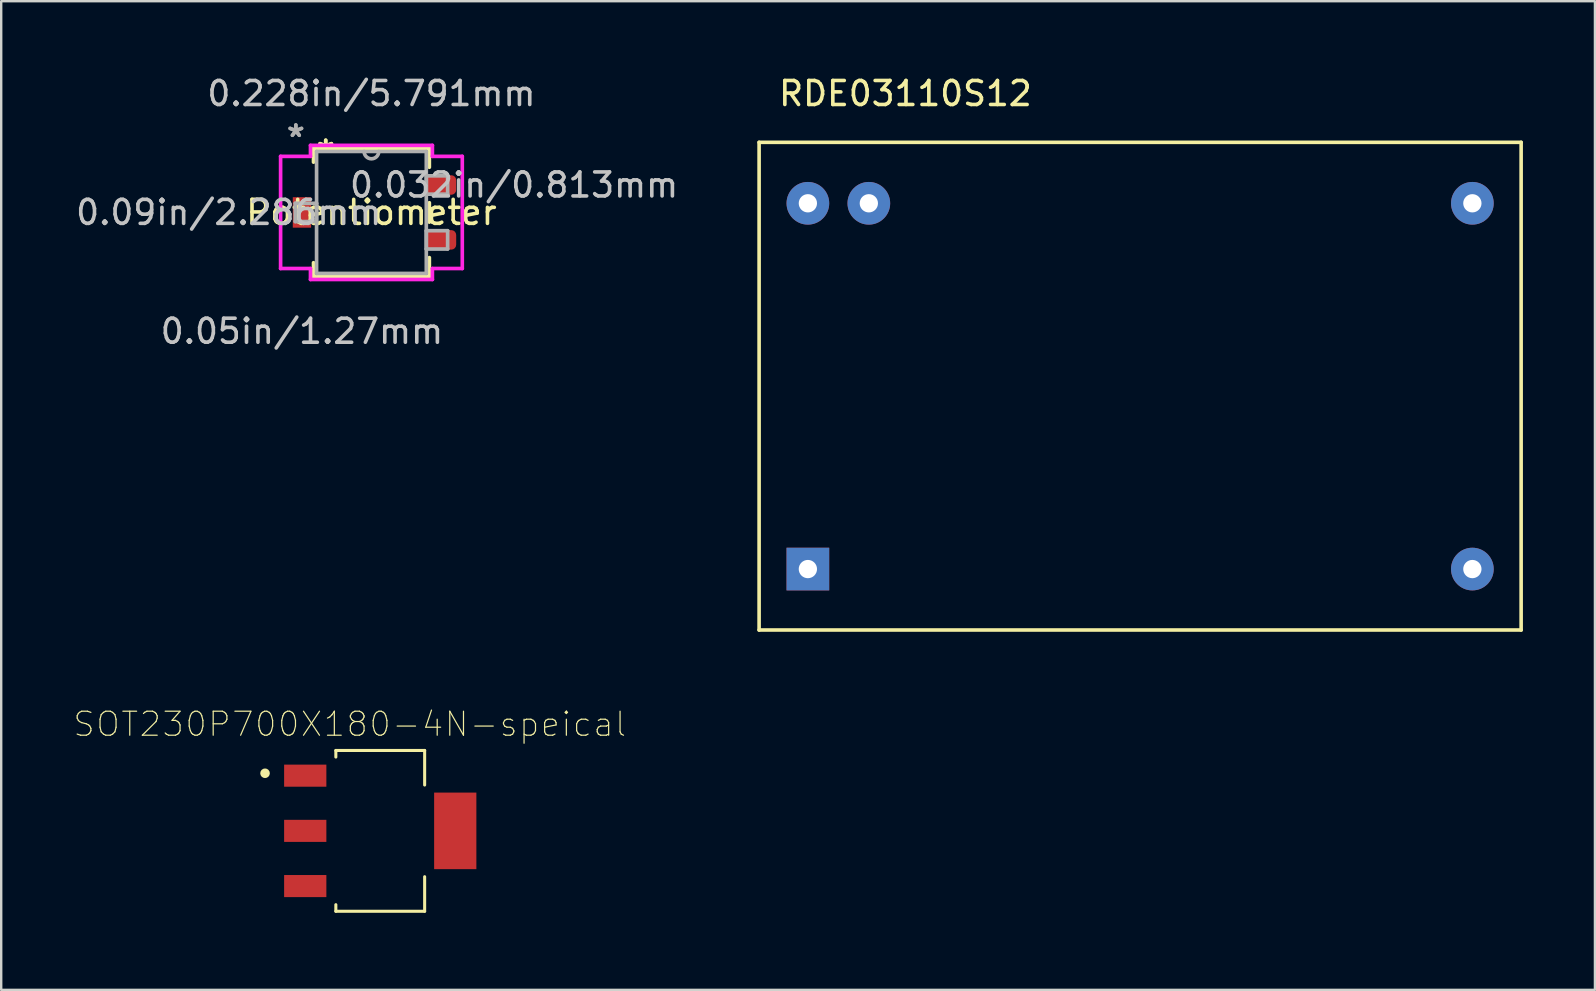
<source format=kicad_pcb>
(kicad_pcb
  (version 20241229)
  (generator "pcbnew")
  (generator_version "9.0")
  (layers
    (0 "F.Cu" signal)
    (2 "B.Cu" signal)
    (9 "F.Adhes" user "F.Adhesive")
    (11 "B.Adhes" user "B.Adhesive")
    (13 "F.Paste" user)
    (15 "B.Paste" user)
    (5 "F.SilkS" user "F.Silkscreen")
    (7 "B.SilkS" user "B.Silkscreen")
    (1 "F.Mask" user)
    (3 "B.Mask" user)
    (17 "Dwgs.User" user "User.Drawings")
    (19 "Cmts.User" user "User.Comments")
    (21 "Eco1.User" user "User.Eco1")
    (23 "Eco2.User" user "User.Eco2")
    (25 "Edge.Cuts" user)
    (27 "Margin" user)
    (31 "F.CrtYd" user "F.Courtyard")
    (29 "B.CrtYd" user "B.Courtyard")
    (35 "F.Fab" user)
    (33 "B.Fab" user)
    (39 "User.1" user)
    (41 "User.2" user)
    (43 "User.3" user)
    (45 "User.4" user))
  (footprint "RDE03110S12"
    (layer "F.Cu")
    (at 28.578 23.2)
    (property "Reference" "RDE03110S12" (at 6.096 -22.352 180) (layer "F.SilkS") (effects (font (size 1 1) (thickness 0.15))))
    (attr through_hole)
    (fp_line (start 0 -20.32) (end 0 0) (stroke (width 0.15) (type solid)) (layer "F.SilkS"))
    (fp_line (start 0 0) (end 31.75 0) (stroke (width 0.15) (type solid)) (layer "F.SilkS"))
    (fp_line (start 31.75 -20.32) (end 0 -20.32) (stroke (width 0.15) (type solid)) (layer "F.SilkS"))
    (fp_line (start 31.75 0) (end 31.75 -20.32) (stroke (width 0.15) (type solid)) (layer "F.SilkS"))
    (pad "1" thru_hole rect (at 2.032 -2.54 180) (size 1.778 1.778) (drill 0.762) (layers "*.Cu" "*.Mask"))
    (pad "12" thru_hole circle (at 29.718 -2.54 180) (size 1.778 1.778) (drill 0.762) (layers "*.Cu" "*.Mask"))
    (pad "13" thru_hole circle (at 29.718 -17.78 180) (size 1.778 1.778) (drill 0.762) (layers "*.Cu" "*.Mask"))
    (pad "23" thru_hole circle (at 4.572 -17.78 180) (size 1.778 1.778) (drill 0.762) (layers "*.Cu" "*.Mask"))
    (pad "24" thru_hole circle (at 2.032 -17.78 180) (size 1.778 1.778) (drill 0.762) (layers "*.Cu" "*.Mask")))
  (footprint "SOT230P700X180-4N-speical"
    (layer "F.Cu")
    (at 12.793 31.568)
    (property "Reference" "SOT230P700X180-4N-speical" (at -1.27 -4.445 0) (layer "F.SilkS") (effects (font (size 1 1) (thickness 0.05))))
    (attr smd)
    (fp_line (start -1.85 -3.35) (end 1.85 -3.35) (stroke (width 0.127) (type solid)) (layer "F.SilkS"))
    (fp_line (start -1.85 -3.075) (end -1.85 -3.35) (stroke (width 0.127) (type solid)) (layer "F.SilkS"))
    (fp_line (start -1.85 3.35) (end -1.85 3.075) (stroke (width 0.127) (type solid)) (layer "F.SilkS"))
    (fp_line (start 1.85 -3.35) (end 1.85 -1.91) (stroke (width 0.127) (type solid)) (layer "F.SilkS"))
    (fp_line (start 1.85 1.91) (end 1.85 3.35) (stroke (width 0.127) (type solid)) (layer "F.SilkS"))
    (fp_line (start 1.85 3.35) (end -1.85 3.35) (stroke (width 0.127) (type solid)) (layer "F.SilkS"))
    (fp_circle (center -4.8 -2.4) (end -4.7 -2.4) (stroke (width 0.2) (type solid)) (fill no) (layer "F.SilkS"))
    (fp_line (start -4.26 -3.6) (end 4.26 -3.6) (stroke (width 0.05) (type solid)) (layer "Eco1.User"))
    (fp_line (start -4.26 3.6) (end -4.26 -3.6) (stroke (width 0.05) (type solid)) (layer "Eco1.User"))
    (fp_line (start 4.26 -3.6) (end 4.26 3.6) (stroke (width 0.05) (type solid)) (layer "Eco1.User"))
    (fp_line (start 4.26 3.6) (end -4.26 3.6) (stroke (width 0.05) (type solid)) (layer "Eco1.User"))
    (fp_line (start -1.85 -3.35) (end -1.85 3.35) (stroke (width 0.127) (type solid)) (layer "Eco2.User"))
    (fp_line (start -1.85 3.35) (end 1.85 3.35) (stroke (width 0.127) (type solid)) (layer "Eco2.User"))
    (fp_line (start 1.85 -3.35) (end -1.85 -3.35) (stroke (width 0.127) (type solid)) (layer "Eco2.User"))
    (fp_line (start 1.85 3.35) (end 1.85 -3.35) (stroke (width 0.127) (type solid)) (layer "Eco2.User"))
    (fp_circle (center -4.8 -2.4) (end -4.7 -2.4) (stroke (width 0.2) (type solid)) (fill no) (layer "Eco2.User"))
    (pad "1" smd rect (at -3.125 0) (size 1.76 0.92) (layers "F.Cu" "F.Mask" "F.Paste"))
    (pad "2" smd rect (at -3.125 -2.3) (size 1.76 0.92) (layers "F.Cu" "F.Mask" "F.Paste"))
    (pad "3" smd rect (at -3.125 2.3) (size 1.76 0.92) (layers "F.Cu" "F.Mask" "F.Paste"))
    (pad "4" smd rect (at 3.125 0) (size 1.76 3.19) (layers "F.Cu" "F.Mask" "F.Paste")))
  (footprint "Potentiometer"
    (layer "F.Cu")
    (at 12.426 5.801)
    (property "Reference" "Potentiometer" (at 0 0 0) (layer "F.SilkS") (effects (font (size 1 1) (thickness 0.15))))
    (attr through_hole)
    (fp_line (start -2.413 -2.667) (end -2.413 -2.095) (stroke (width 0.152) (type solid)) (layer "F.SilkS"))
    (fp_line (start -2.413 2.095) (end -2.413 2.667) (stroke (width 0.152) (type solid)) (layer "F.SilkS"))
    (fp_line (start -2.413 2.667) (end 2.413 2.667) (stroke (width 0.152) (type solid)) (layer "F.SilkS"))
    (fp_line (start 2.413 -2.667) (end -2.413 -2.667) (stroke (width 0.152) (type solid)) (layer "F.SilkS"))
    (fp_line (start 2.413 -1.882) (end 2.413 -2.667) (stroke (width 0.152) (type solid)) (layer "F.SilkS"))
    (fp_line (start 2.413 0.404) (end 2.413 -0.404) (stroke (width 0.152) (type solid)) (layer "F.SilkS"))
    (fp_line (start 2.413 2.667) (end 2.413 1.882) (stroke (width 0.152) (type solid)) (layer "F.SilkS"))
    (fp_line (start -3.785 -2.337) (end -2.54 -2.337) (stroke (width 0.152) (type solid)) (layer "F.CrtYd"))
    (fp_line (start -3.785 2.337) (end -3.785 -2.337) (stroke (width 0.152) (type solid)) (layer "F.CrtYd"))
    (fp_line (start -2.54 -2.794) (end 2.54 -2.794) (stroke (width 0.152) (type solid)) (layer "F.CrtYd"))
    (fp_line (start -2.54 -2.337) (end -2.54 -2.794) (stroke (width 0.152) (type solid)) (layer "F.CrtYd"))
    (fp_line (start -2.54 2.337) (end -3.785 2.337) (stroke (width 0.152) (type solid)) (layer "F.CrtYd"))
    (fp_line (start -2.54 2.794) (end -2.54 2.337) (stroke (width 0.152) (type solid)) (layer "F.CrtYd"))
    (fp_line (start 2.54 -2.794) (end 2.54 -2.337) (stroke (width 0.152) (type solid)) (layer "F.CrtYd"))
    (fp_line (start 2.54 -2.337) (end 3.785 -2.337) (stroke (width 0.152) (type solid)) (layer "F.CrtYd"))
    (fp_line (start 2.54 2.337) (end 2.54 2.794) (stroke (width 0.152) (type solid)) (layer "F.CrtYd"))
    (fp_line (start 2.54 2.794) (end -2.54 2.794) (stroke (width 0.152) (type solid)) (layer "F.CrtYd"))
    (fp_line (start 3.785 -2.337) (end 3.785 2.337) (stroke (width 0.152) (type solid)) (layer "F.CrtYd"))
    (fp_line (start 3.785 2.337) (end 2.54 2.337) (stroke (width 0.152) (type solid)) (layer "F.CrtYd"))
    (fp_line (start -3.175 -0.381) (end -3.175 0.381) (stroke (width 0.152) (type solid)) (layer "F.Fab"))
    (fp_line (start -3.175 0.381) (end -2.286 0.381) (stroke (width 0.152) (type solid)) (layer "F.Fab"))
    (fp_line (start -2.286 -2.54) (end -2.286 2.54) (stroke (width 0.152) (type solid)) (layer "F.Fab"))
    (fp_line (start -2.286 -0.381) (end -3.175 -0.381) (stroke (width 0.152) (type solid)) (layer "F.Fab"))
    (fp_line (start -2.286 0.381) (end -2.286 -0.381) (stroke (width 0.152) (type solid)) (layer "F.Fab"))
    (fp_line (start -2.286 2.54) (end 2.286 2.54) (stroke (width 0.152) (type solid)) (layer "F.Fab"))
    (fp_line (start 2.286 -2.54) (end -2.286 -2.54) (stroke (width 0.152) (type solid)) (layer "F.Fab"))
    (fp_line (start 2.286 -1.524) (end 2.286 -0.762) (stroke (width 0.152) (type solid)) (layer "F.Fab"))
    (fp_line (start 2.286 -0.762) (end 3.175 -0.762) (stroke (width 0.152) (type solid)) (layer "F.Fab"))
    (fp_line (start 2.286 0.762) (end 2.286 1.524) (stroke (width 0.152) (type solid)) (layer "F.Fab"))
    (fp_line (start 2.286 1.524) (end 3.175 1.524) (stroke (width 0.152) (type solid)) (layer "F.Fab"))
    (fp_line (start 2.286 2.54) (end 2.286 -2.54) (stroke (width 0.152) (type solid)) (layer "F.Fab"))
    (fp_line (start 3.175 -1.524) (end 2.286 -1.524) (stroke (width 0.152) (type solid)) (layer "F.Fab"))
    (fp_line (start 3.175 -0.762) (end 3.175 -1.524) (stroke (width 0.152) (type solid)) (layer "F.Fab"))
    (fp_line (start 3.175 0.762) (end 2.286 0.762) (stroke (width 0.152) (type solid)) (layer "F.Fab"))
    (fp_line (start 3.175 1.524) (end 3.175 0.762) (stroke (width 0.152) (type solid)) (layer "F.Fab"))
    (fp_arc (start 0.3048 -2.54) (mid 0 -2.2352) (end -0.3048 -2.54) (stroke (width 0.1524) (type solid)) (layer "F.Fab"))
    (fp_text user "*" (at -1.905 -2.464 0) (layer "F.SilkS") (effects (font (size 1 1) (thickness 0.15))))
    (fp_text user "*" (at -1.905 -2.464 0) (layer "F.SilkS") (effects (font (size 1 1) (thickness 0.15))))
    (fp_text user "0.032in/0.813mm" (at 5.944 -1.143 0) (layer "Dwgs.User") (effects (font (size 1 1) (thickness 0.15))))
    (fp_text user "0.228in/5.791mm" (at 0 -4.953 0) (layer "Dwgs.User") (effects (font (size 1 1) (thickness 0.15))))
    (fp_text user "0.09in/2.286mm" (at -5.944 0 0) (layer "Dwgs.User") (effects (font (size 1 1) (thickness 0.15))))
    (fp_text user "0.05in/1.27mm" (at -2.896 4.953 0) (layer "Dwgs.User") (effects (font (size 1 1) (thickness 0.15))))
    (fp_text user "Copyright 2016 Accelerated Designs. All rights reserved." (at 0 0 0) (layer "Cmts.User") (effects (font (size 0.127 0.127) (thickness 0.002))))
    (fp_text user "*" (at -3.15 -3.099 0) (layer "F.Fab") (effects (font (size 1 1) (thickness 0.15))))
    (fp_text user "*" (at -3.15 -3.099 0) (layer "F.Fab") (effects (font (size 1 1) (thickness 0.15))))
    (pad "1" smd roundrect (at 2.896 -1.143) (size 1.27 0.813) (layers "F.Cu" "F.Mask" "F.Paste") (roundrect_rratio 0.25))
    (pad "2" smd rect (at -2.896 0) (size 0.762 1.27) (layers "F.Cu" "F.Mask" "F.Paste"))
    (pad "3" smd roundrect (at 2.896 1.143) (size 1.27 0.813) (layers "F.Cu" "F.Mask" "F.Paste") (roundrect_rratio 0.25)))
  (gr_rect
    (start -3 -3)
    (end 63.403 38.193)
    (stroke (width 0.1) (type default))
    (fill no)
    (layer "Edge.Cuts")))
</source>
